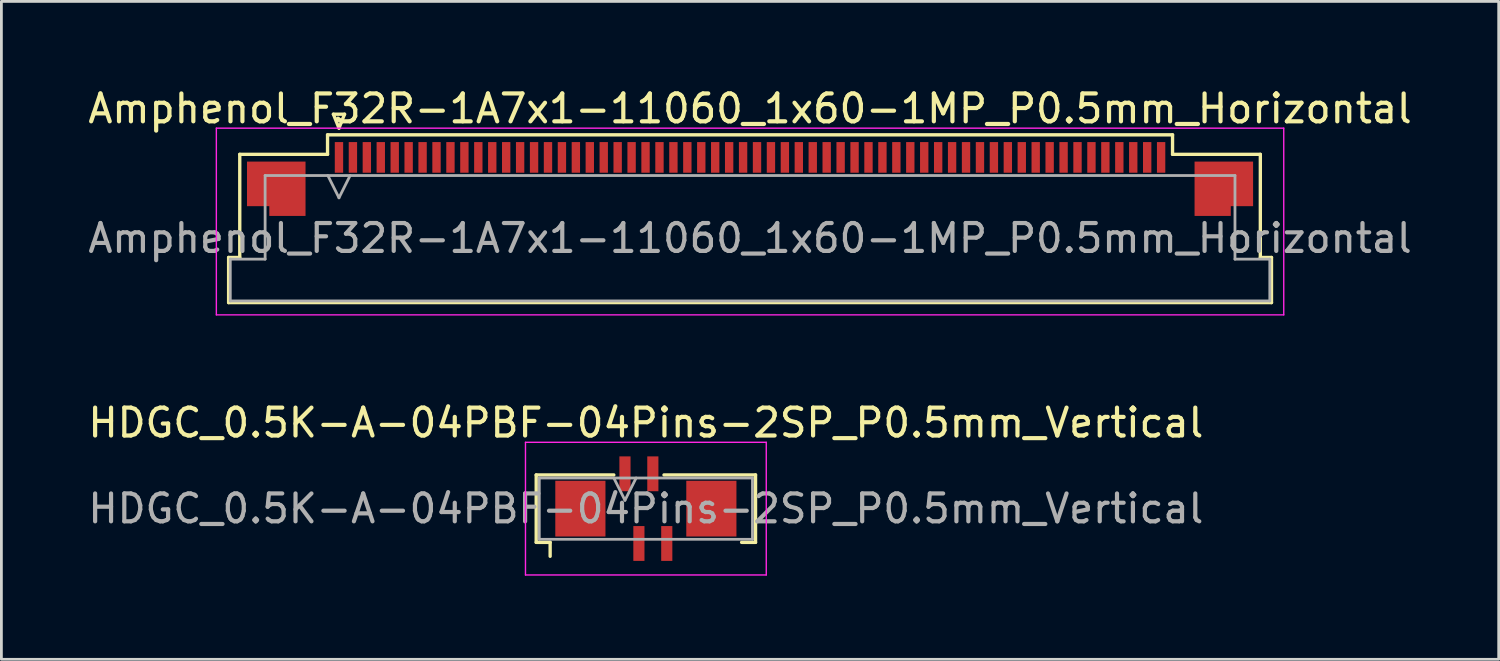
<source format=kicad_pcb>
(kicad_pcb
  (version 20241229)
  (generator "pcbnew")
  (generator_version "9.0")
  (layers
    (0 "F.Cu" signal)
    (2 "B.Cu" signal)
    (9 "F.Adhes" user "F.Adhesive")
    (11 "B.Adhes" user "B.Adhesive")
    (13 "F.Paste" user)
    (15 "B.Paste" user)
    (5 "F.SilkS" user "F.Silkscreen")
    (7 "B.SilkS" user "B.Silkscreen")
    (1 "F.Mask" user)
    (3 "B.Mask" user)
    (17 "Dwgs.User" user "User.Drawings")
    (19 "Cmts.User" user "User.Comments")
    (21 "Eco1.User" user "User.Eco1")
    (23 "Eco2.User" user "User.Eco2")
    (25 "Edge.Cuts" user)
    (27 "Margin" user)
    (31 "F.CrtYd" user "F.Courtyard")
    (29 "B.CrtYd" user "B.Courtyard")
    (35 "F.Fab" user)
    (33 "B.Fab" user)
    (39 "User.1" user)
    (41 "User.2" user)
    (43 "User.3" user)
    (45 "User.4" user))
  (footprint "Amphenol_F32R-1A7x1-11060_1x60-1MP_P0.5mm_Horizontal"
    (layer "F.Cu")
    (at 23.863 5.498)
    (property "Reference" "Amphenol_F32R-1A7x1-11060_1x60-1MP_P0.5mm_Horizontal" (at 0 -4.65 0) (layer "F.SilkS") (effects (font (size 1 1) (thickness 0.15))))
    (attr smd)
    (fp_line (start -18.71 0.69) (end -18.31 0.69) (stroke (width 0.12) (type solid)) (layer "F.SilkS"))
    (fp_line (start -18.71 2.31) (end -18.71 0.69) (stroke (width 0.12) (type solid)) (layer "F.SilkS"))
    (fp_line (start -18.31 -3.01) (end -15.16 -3.01) (stroke (width 0.12) (type solid)) (layer "F.SilkS"))
    (fp_line (start -18.31 0.69) (end -18.31 -3.01) (stroke (width 0.12) (type solid)) (layer "F.SilkS"))
    (fp_line (start -15.16 -3.71) (end 15.16 -3.71) (stroke (width 0.12) (type solid)) (layer "F.SilkS"))
    (fp_line (start -15.16 -3.01) (end -15.16 -3.71) (stroke (width 0.12) (type solid)) (layer "F.SilkS"))
    (fp_line (start -14.95 -4.45) (end -14.75 -3.95) (stroke (width 0.12) (type solid)) (layer "F.SilkS"))
    (fp_line (start -14.75 -3.95) (end -14.55 -4.45) (stroke (width 0.12) (type solid)) (layer "F.SilkS"))
    (fp_line (start -14.55 -4.45) (end -14.95 -4.45) (stroke (width 0.12) (type solid)) (layer "F.SilkS"))
    (fp_line (start 15.16 -3.71) (end 15.16 -3.01) (stroke (width 0.12) (type solid)) (layer "F.SilkS"))
    (fp_line (start 15.16 -3.01) (end 18.31 -3.01) (stroke (width 0.12) (type solid)) (layer "F.SilkS"))
    (fp_line (start 18.31 -3.01) (end 18.31 0.69) (stroke (width 0.12) (type solid)) (layer "F.SilkS"))
    (fp_line (start 18.31 0.69) (end 18.71 0.69) (stroke (width 0.12) (type solid)) (layer "F.SilkS"))
    (fp_line (start 18.71 0.69) (end 18.71 2.31) (stroke (width 0.12) (type solid)) (layer "F.SilkS"))
    (fp_line (start 18.71 2.31) (end -18.71 2.31) (stroke (width 0.12) (type solid)) (layer "F.SilkS"))
    (fp_line (start -19.15 -3.95) (end -19.15 2.75) (stroke (width 0.05) (type solid)) (layer "F.CrtYd"))
    (fp_line (start -19.15 2.75) (end 19.15 2.75) (stroke (width 0.05) (type solid)) (layer "F.CrtYd"))
    (fp_line (start 19.15 -3.95) (end -19.15 -3.95) (stroke (width 0.05) (type solid)) (layer "F.CrtYd"))
    (fp_line (start 19.15 2.75) (end 19.15 -3.95) (stroke (width 0.05) (type solid)) (layer "F.CrtYd"))
    (fp_line (start -18.65 0.75) (end -17.4 0.75) (stroke (width 0.1) (type solid)) (layer "F.Fab"))
    (fp_line (start -18.65 2.25) (end -18.65 0.75) (stroke (width 0.1) (type solid)) (layer "F.Fab"))
    (fp_line (start -17.4 -2.25) (end 17.4 -2.25) (stroke (width 0.1) (type solid)) (layer "F.Fab"))
    (fp_line (start -17.4 0.75) (end -17.4 -2.25) (stroke (width 0.1) (type solid)) (layer "F.Fab"))
    (fp_line (start -15.15 -2.25) (end -14.75 -1.45) (stroke (width 0.1) (type solid)) (layer "F.Fab"))
    (fp_line (start -14.75 -1.45) (end -14.35 -2.25) (stroke (width 0.1) (type solid)) (layer "F.Fab"))
    (fp_line (start 17.4 -2.25) (end 17.4 0.75) (stroke (width 0.1) (type solid)) (layer "F.Fab"))
    (fp_line (start 17.4 0.75) (end 18.65 0.75) (stroke (width 0.1) (type solid)) (layer "F.Fab"))
    (fp_line (start 18.65 0.75) (end 18.65 2.25) (stroke (width 0.1) (type solid)) (layer "F.Fab"))
    (fp_line (start 18.65 2.25) (end -18.65 2.25) (stroke (width 0.1) (type solid)) (layer "F.Fab"))
    (fp_text user "${REFERENCE}" (at 0 0 0) (layer "F.Fab") (effects (font (size 1 1) (thickness 0.15))))
    (pad "1" smd rect (at -14.75 -2.9) (size 0.3 1.1) (layers "F.Cu" "F.Mask" "F.Paste"))
    (pad "2" smd rect (at -14.25 -2.9) (size 0.3 1.1) (layers "F.Cu" "F.Mask" "F.Paste"))
    (pad "3" smd rect (at -13.75 -2.9) (size 0.3 1.1) (layers "F.Cu" "F.Mask" "F.Paste"))
    (pad "4" smd rect (at -13.25 -2.9) (size 0.3 1.1) (layers "F.Cu" "F.Mask" "F.Paste"))
    (pad "5" smd rect (at -12.75 -2.9) (size 0.3 1.1) (layers "F.Cu" "F.Mask" "F.Paste"))
    (pad "6" smd rect (at -12.25 -2.9) (size 0.3 1.1) (layers "F.Cu" "F.Mask" "F.Paste"))
    (pad "7" smd rect (at -11.75 -2.9) (size 0.3 1.1) (layers "F.Cu" "F.Mask" "F.Paste"))
    (pad "8" smd rect (at -11.25 -2.9) (size 0.3 1.1) (layers "F.Cu" "F.Mask" "F.Paste"))
    (pad "9" smd rect (at -10.75 -2.9) (size 0.3 1.1) (layers "F.Cu" "F.Mask" "F.Paste"))
    (pad "10" smd rect (at -10.25 -2.9) (size 0.3 1.1) (layers "F.Cu" "F.Mask" "F.Paste"))
    (pad "11" smd rect (at -9.75 -2.9) (size 0.3 1.1) (layers "F.Cu" "F.Mask" "F.Paste"))
    (pad "12" smd rect (at -9.25 -2.9) (size 0.3 1.1) (layers "F.Cu" "F.Mask" "F.Paste"))
    (pad "13" smd rect (at -8.75 -2.9) (size 0.3 1.1) (layers "F.Cu" "F.Mask" "F.Paste"))
    (pad "14" smd rect (at -8.25 -2.9) (size 0.3 1.1) (layers "F.Cu" "F.Mask" "F.Paste"))
    (pad "15" smd rect (at -7.75 -2.9) (size 0.3 1.1) (layers "F.Cu" "F.Mask" "F.Paste"))
    (pad "16" smd rect (at -7.25 -2.9) (size 0.3 1.1) (layers "F.Cu" "F.Mask" "F.Paste"))
    (pad "17" smd rect (at -6.75 -2.9) (size 0.3 1.1) (layers "F.Cu" "F.Mask" "F.Paste"))
    (pad "18" smd rect (at -6.25 -2.9) (size 0.3 1.1) (layers "F.Cu" "F.Mask" "F.Paste"))
    (pad "19" smd rect (at -5.75 -2.9) (size 0.3 1.1) (layers "F.Cu" "F.Mask" "F.Paste"))
    (pad "20" smd rect (at -5.25 -2.9) (size 0.3 1.1) (layers "F.Cu" "F.Mask" "F.Paste"))
    (pad "21" smd rect (at -4.75 -2.9) (size 0.3 1.1) (layers "F.Cu" "F.Mask" "F.Paste"))
    (pad "22" smd rect (at -4.25 -2.9) (size 0.3 1.1) (layers "F.Cu" "F.Mask" "F.Paste"))
    (pad "23" smd rect (at -3.75 -2.9) (size 0.3 1.1) (layers "F.Cu" "F.Mask" "F.Paste"))
    (pad "24" smd rect (at -3.25 -2.9) (size 0.3 1.1) (layers "F.Cu" "F.Mask" "F.Paste"))
    (pad "25" smd rect (at -2.75 -2.9) (size 0.3 1.1) (layers "F.Cu" "F.Mask" "F.Paste"))
    (pad "26" smd rect (at -2.25 -2.9) (size 0.3 1.1) (layers "F.Cu" "F.Mask" "F.Paste"))
    (pad "27" smd rect (at -1.75 -2.9) (size 0.3 1.1) (layers "F.Cu" "F.Mask" "F.Paste"))
    (pad "28" smd rect (at -1.25 -2.9) (size 0.3 1.1) (layers "F.Cu" "F.Mask" "F.Paste"))
    (pad "29" smd rect (at -0.75 -2.9) (size 0.3 1.1) (layers "F.Cu" "F.Mask" "F.Paste"))
    (pad "30" smd rect (at -0.25 -2.9) (size 0.3 1.1) (layers "F.Cu" "F.Mask" "F.Paste"))
    (pad "31" smd rect (at 0.25 -2.9) (size 0.3 1.1) (layers "F.Cu" "F.Mask" "F.Paste"))
    (pad "32" smd rect (at 0.75 -2.9) (size 0.3 1.1) (layers "F.Cu" "F.Mask" "F.Paste"))
    (pad "33" smd rect (at 1.25 -2.9) (size 0.3 1.1) (layers "F.Cu" "F.Mask" "F.Paste"))
    (pad "34" smd rect (at 1.75 -2.9) (size 0.3 1.1) (layers "F.Cu" "F.Mask" "F.Paste"))
    (pad "35" smd rect (at 2.25 -2.9) (size 0.3 1.1) (layers "F.Cu" "F.Mask" "F.Paste"))
    (pad "36" smd rect (at 2.75 -2.9) (size 0.3 1.1) (layers "F.Cu" "F.Mask" "F.Paste"))
    (pad "37" smd rect (at 3.25 -2.9) (size 0.3 1.1) (layers "F.Cu" "F.Mask" "F.Paste"))
    (pad "38" smd rect (at 3.75 -2.9) (size 0.3 1.1) (layers "F.Cu" "F.Mask" "F.Paste"))
    (pad "39" smd rect (at 4.25 -2.9) (size 0.3 1.1) (layers "F.Cu" "F.Mask" "F.Paste"))
    (pad "40" smd rect (at 4.75 -2.9) (size 0.3 1.1) (layers "F.Cu" "F.Mask" "F.Paste"))
    (pad "41" smd rect (at 5.25 -2.9) (size 0.3 1.1) (layers "F.Cu" "F.Mask" "F.Paste"))
    (pad "42" smd rect (at 5.75 -2.9) (size 0.3 1.1) (layers "F.Cu" "F.Mask" "F.Paste"))
    (pad "43" smd rect (at 6.25 -2.9) (size 0.3 1.1) (layers "F.Cu" "F.Mask" "F.Paste"))
    (pad "44" smd rect (at 6.75 -2.9) (size 0.3 1.1) (layers "F.Cu" "F.Mask" "F.Paste"))
    (pad "45" smd rect (at 7.25 -2.9) (size 0.3 1.1) (layers "F.Cu" "F.Mask" "F.Paste"))
    (pad "46" smd rect (at 7.75 -2.9) (size 0.3 1.1) (layers "F.Cu" "F.Mask" "F.Paste"))
    (pad "47" smd rect (at 8.25 -2.9) (size 0.3 1.1) (layers "F.Cu" "F.Mask" "F.Paste"))
    (pad "48" smd rect (at 8.75 -2.9) (size 0.3 1.1) (layers "F.Cu" "F.Mask" "F.Paste"))
    (pad "49" smd rect (at 9.25 -2.9) (size 0.3 1.1) (layers "F.Cu" "F.Mask" "F.Paste"))
    (pad "50" smd rect (at 9.75 -2.9) (size 0.3 1.1) (layers "F.Cu" "F.Mask" "F.Paste"))
    (pad "51" smd rect (at 10.25 -2.9) (size 0.3 1.1) (layers "F.Cu" "F.Mask" "F.Paste"))
    (pad "52" smd rect (at 10.75 -2.9) (size 0.3 1.1) (layers "F.Cu" "F.Mask" "F.Paste"))
    (pad "53" smd rect (at 11.25 -2.9) (size 0.3 1.1) (layers "F.Cu" "F.Mask" "F.Paste"))
    (pad "54" smd rect (at 11.75 -2.9) (size 0.3 1.1) (layers "F.Cu" "F.Mask" "F.Paste"))
    (pad "55" smd rect (at 12.25 -2.9) (size 0.3 1.1) (layers "F.Cu" "F.Mask" "F.Paste"))
    (pad "56" smd rect (at 12.75 -2.9) (size 0.3 1.1) (layers "F.Cu" "F.Mask" "F.Paste"))
    (pad "57" smd rect (at 13.25 -2.9) (size 0.3 1.1) (layers "F.Cu" "F.Mask" "F.Paste"))
    (pad "58" smd rect (at 13.75 -2.9) (size 0.3 1.1) (layers "F.Cu" "F.Mask" "F.Paste"))
    (pad "59" smd rect (at 14.25 -2.9) (size 0.3 1.1) (layers "F.Cu" "F.Mask" "F.Paste"))
    (pad "60" smd rect (at 14.75 -2.9) (size 0.3 1.1) (layers "F.Cu" "F.Mask" "F.Paste"))
    (pad "MP" smd custom (at -17 -1.775) (size 1 1) (layers "F.Cu" "F.Mask" "F.Paste") (options (anchor circle)) (primitives (gr_poly (pts (xy 1.05 -0.975) (xy 1.05 0.975) (xy -0.25 0.975) (xy -0.25 0.625) (xy -1.05 0.625) (xy -1.05 -0.975) (xy 1.05 -0.975)) (width 0) (fill yes))))
    (pad "MP" smd custom (at 17 -1.775) (size 1 1) (layers "F.Cu" "F.Mask" "F.Paste") (options (anchor circle)) (primitives (gr_poly (pts (xy -1.05 -0.975) (xy -1.05 0.975) (xy 0.25 0.975) (xy 0.25 0.625) (xy 1.05 0.625) (xy 1.05 -0.975) (xy -1.05 -0.975)) (width 0) (fill yes)))))
  (footprint "HDGC_0.5K-A-04PBF-04Pins-2SP_P0.5mm_Vertical"
    (layer "F.Cu")
    (at 20.125 15.201)
    (property "Reference" "HDGC_0.5K-A-04PBF-04Pins-2SP_P0.5mm_Vertical" (at 0 -3.08 0) (layer "F.SilkS") (effects (font (size 1 1) (thickness 0.15))))
    (attr smd)
    (fp_line (start -3.935 -1.21) (end -1.15 -1.21) (stroke (width 0.12) (type solid)) (layer "F.SilkS"))
    (fp_line (start -3.935 1.21) (end -3.935 -1.21) (stroke (width 0.12) (type solid)) (layer "F.SilkS"))
    (fp_line (start -3.435 1.21) (end -3.935 1.21) (stroke (width 0.12) (type solid)) (layer "F.SilkS"))
    (fp_line (start -3.435 1.71) (end -3.435 1.21) (stroke (width 0.12) (type solid)) (layer "F.SilkS"))
    (fp_line (start 3.435 1.21) (end 3.935 1.21) (stroke (width 0.12) (type solid)) (layer "F.SilkS"))
    (fp_line (start 3.935 -1.21) (end 0.65 -1.21) (stroke (width 0.12) (type solid)) (layer "F.SilkS"))
    (fp_line (start 3.935 1.21) (end 3.935 -1.21) (stroke (width 0.12) (type solid)) (layer "F.SilkS"))
    (fp_line (start -4.32 -2.38) (end 4.32 -2.38) (stroke (width 0.05) (type solid)) (layer "F.CrtYd"))
    (fp_line (start -4.32 2.38) (end -4.32 -2.38) (stroke (width 0.05) (type solid)) (layer "F.CrtYd"))
    (fp_line (start 4.32 -2.38) (end 4.32 2.38) (stroke (width 0.05) (type solid)) (layer "F.CrtYd"))
    (fp_line (start 4.32 2.38) (end -4.32 2.38) (stroke (width 0.05) (type solid)) (layer "F.CrtYd"))
    (fp_line (start -3.825 -1.1) (end -3.825 1.1) (stroke (width 0.1) (type solid)) (layer "F.Fab"))
    (fp_line (start -3.825 1.1) (end 3.825 1.1) (stroke (width 0.1) (type solid)) (layer "F.Fab"))
    (fp_line (start -1.15 -1.1) (end -0.75 -0.3) (stroke (width 0.1) (type solid)) (layer "F.Fab"))
    (fp_line (start -0.75 -0.3) (end -0.35 -1.1) (stroke (width 0.1) (type solid)) (layer "F.Fab"))
    (fp_line (start 3.825 -1.1) (end -3.825 -1.1) (stroke (width 0.1) (type solid)) (layer "F.Fab"))
    (fp_line (start 3.825 1.1) (end 3.825 -1.1) (stroke (width 0.1) (type solid)) (layer "F.Fab"))
    (fp_text user "${REFERENCE}" (at 0 0 0) (layer "F.Fab") (effects (font (size 1 1) (thickness 0.15))))
    (pad "1" smd rect (at -0.75 -1.25) (size 0.4 1.25) (layers "F.Cu" "F.Mask" "F.Paste"))
    (pad "2" smd rect (at -0.25 1.25) (size 0.4 1.25) (layers "F.Cu" "F.Mask" "F.Paste"))
    (pad "3" smd rect (at 0.25 -1.25) (size 0.4 1.25) (layers "F.Cu" "F.Mask" "F.Paste"))
    (pad "4" smd rect (at 0.75 1.25) (size 0.4 1.25) (layers "F.Cu" "F.Mask" "F.Paste"))
    (pad "MP" smd rect (at -2.35 0) (size 1.8 2) (layers "F.Cu" "F.Mask" "F.Paste"))
    (pad "MP" smd rect (at 2.35 0) (size 1.8 2) (layers "F.Cu" "F.Mask" "F.Paste")))
  (gr_rect
    (start -3 -3)
    (end 50.726 20.607)
    (stroke (width 0.1) (type default))
    (fill no)
    (layer "Edge.Cuts")))
</source>
